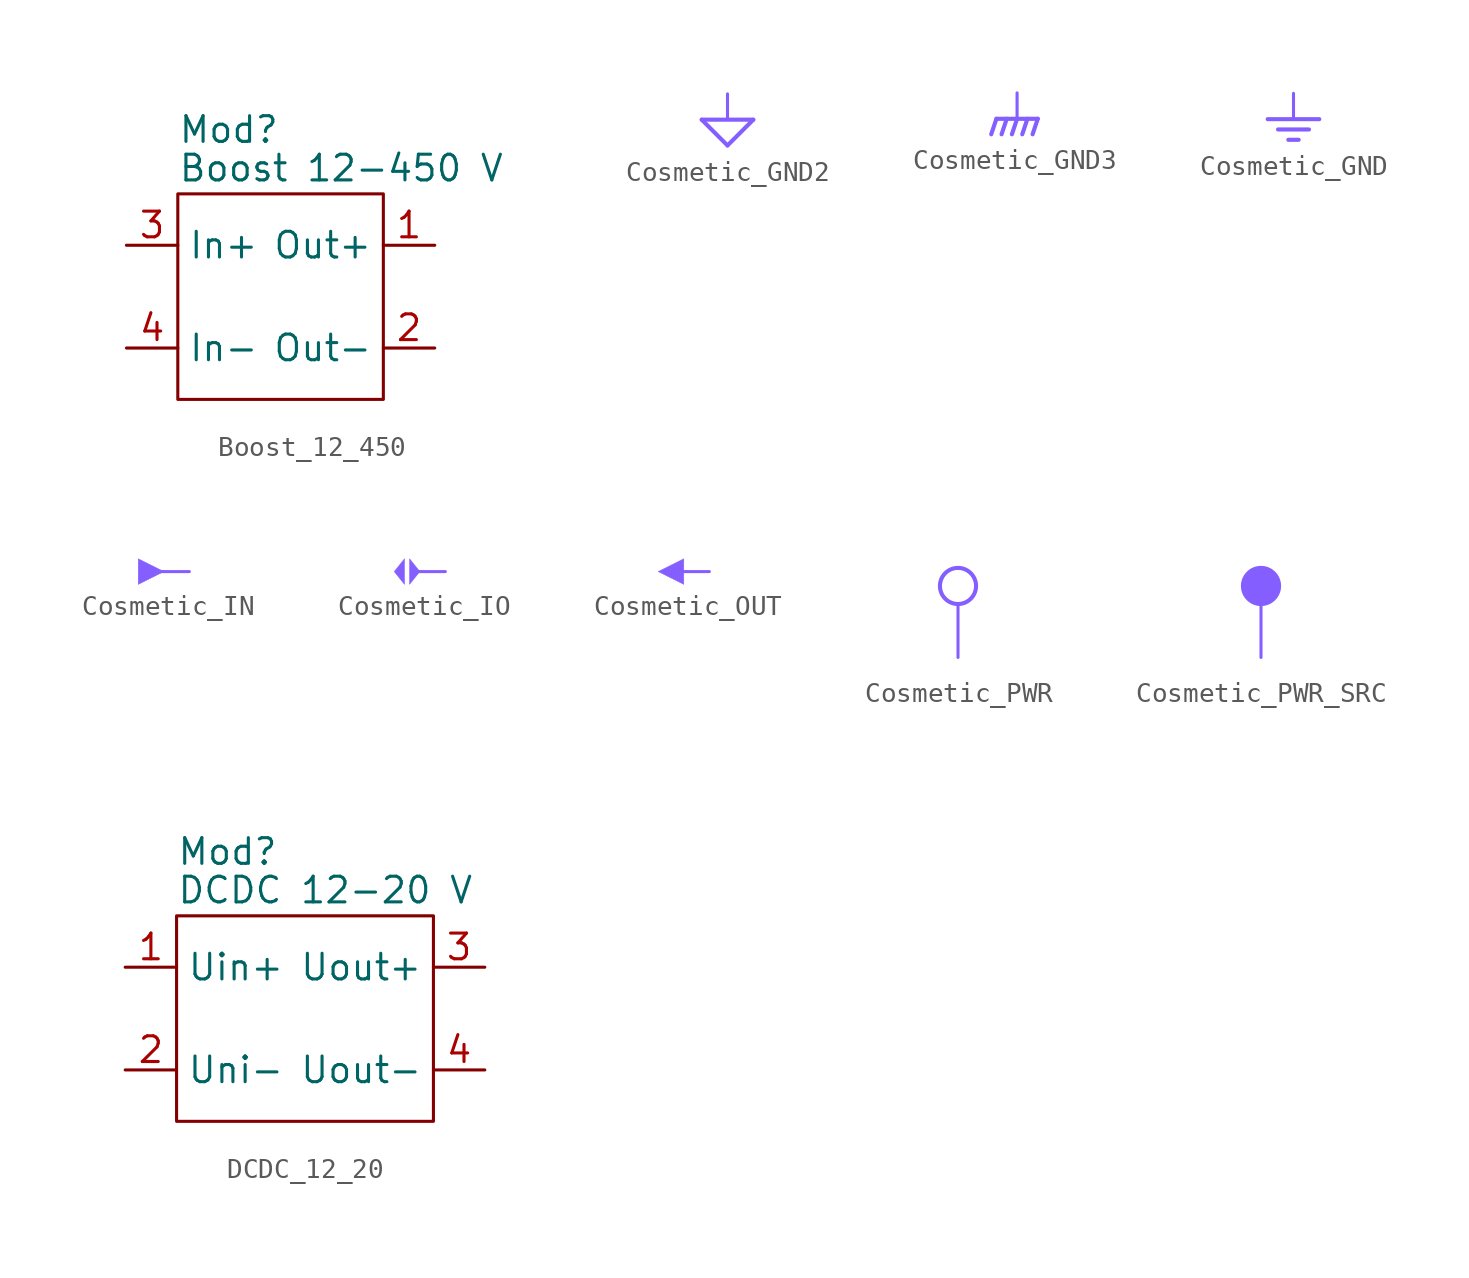
<source format=kicad_sym>
(kicad_symbol_lib
  (version 20241209)
  (generator "kicad_symbol_editor")
  (generator_version "9.0")
  (symbol "Boost_12_450"
    (property "Reference" "Mod"
      (at -5.08 8.255 0)
      (do_not_autoplace)
      (effects (font (size 1.27 1.27)) (justify left)))
    (property "Value" "Boost 12-450 V"
      (at -5.08 6.35 0)
      (do_not_autoplace)
      (effects (font (size 1.27 1.27)) (justify left)))
    (symbol "Boost_12_450_0_1"
      (rectangle (start -5.08 5.08) (end 5.08 -5.08) (stroke (width 0) (type default)) (fill (type none))))
    (symbol "Boost_12_450_1_1"
      (pin passive line (at -7.62 2.54 0) (length 2.54) (name "In+" (effects (font (size 1.27 1.27)))) (number "3" (effects (font (size 1.27 1.27)))))
      (pin passive line (at -7.62 -2.54 0) (length 2.54) (name "In-" (effects (font (size 1.27 1.27)))) (number "4" (effects (font (size 1.27 1.27)))))
      (pin passive line (at 7.62 2.54 180) (length 2.54) (name "Out+" (effects (font (size 1.27 1.27)))) (number "1" (effects (font (size 1.27 1.27)))))
      (pin passive line (at 7.62 -2.54 180) (length 2.54) (name "Out-" (effects (font (size 1.27 1.27)))) (number "2" (effects (font (size 1.27 1.27)))))))
  (symbol "Cosmetic_GND2"
    (pin_numbers
      (hide yes))
    (pin_names
      (hide yes))
    (property "Reference" "P"
      (at 0 1.016 0)
      (effects (font (size 1.27 1.27)) (hide yes)))
    (property "Value" ""
      (at 0 0 0)
      (effects (font (size 1.27 1.27))))
    (symbol "Cosmetic_GND2_1_1"
      (polyline (pts (xy -1.27 -1.27) (xy 0 -2.54)) (stroke (width 0.203) (type solid) (color 132 94 255 1)) (fill (type none)))
      (polyline (pts (xy -1.27 -1.27) (xy 1.27 -1.27)) (stroke (width 0.203) (type solid) (color 132 94 255 1)) (fill (type none)))
      (polyline (pts (xy 0 0) (xy 0 -1.27)) (stroke (width 0) (type solid) (color 132 94 255 1)) (fill (type none)))
      (polyline (pts (xy 0 -2.54) (xy 1.27 -1.27)) (stroke (width 0.203) (type solid) (color 132 94 255 1)) (fill (type none)))
      (pin passive line (at 0 0 270) (length 1.27) (hide yes) (name "1" (effects (font (size 1.27 1.27)))) (number "1" (effects (font (size 1.27 1.27)))))))
  (symbol "Cosmetic_GND3"
    (pin_numbers
      (hide yes))
    (pin_names
      (hide yes))
    (property "Reference" "P"
      (at 0 1.016 0)
      (effects (font (size 1.27 1.27)) (hide yes)))
    (property "Value" ""
      (at 0 0 0)
      (effects (font (size 1.27 1.27))))
    (symbol "Cosmetic_GND3_1_1"
      (polyline (pts (xy -1.016 -1.27) (xy -1.27 -2.032)) (stroke (width 0.203) (type solid) (color 132 94 255 1)) (fill (type none)))
      (polyline (pts (xy -1.016 -1.27) (xy 1.016 -1.27)) (stroke (width 0.203) (type solid) (color 132 94 255 1)) (fill (type none)))
      (polyline (pts (xy -0.508 -1.27) (xy -0.762 -2.032)) (stroke (width 0.203) (type solid) (color 132 94 255 1)) (fill (type none)))
      (polyline (pts (xy 0 0) (xy 0 -1.27)) (stroke (width 0) (type solid) (color 132 94 255 1)) (fill (type none)))
      (polyline (pts (xy 0 -1.27) (xy -0.254 -2.032)) (stroke (width 0.203) (type solid) (color 132 94 255 1)) (fill (type none)))
      (polyline (pts (xy 0.508 -1.27) (xy 0.254 -2.032)) (stroke (width 0.203) (type solid) (color 132 94 255 1)) (fill (type none)))
      (polyline (pts (xy 1.016 -1.27) (xy 0.762 -2.032)) (stroke (width 0.203) (type solid) (color 132 94 255 1)) (fill (type none)))
      (pin passive line (at 0 0 270) (length 1.27) (hide yes) (name "1" (effects (font (size 1.27 1.27)))) (number "1" (effects (font (size 1.27 1.27)))))))
  (symbol "Cosmetic_GND"
    (pin_numbers
      (hide yes))
    (pin_names
      (hide yes))
    (property "Reference" "P"
      (at 0 1.016 0)
      (effects (font (size 1.27 1.27)) (hide yes)))
    (property "Value" ""
      (at 0 0 0)
      (effects (font (size 1.27 1.27))))
    (symbol "Cosmetic_GND_1_1"
      (polyline (pts (xy -1.27 -1.27) (xy 1.27 -1.27)) (stroke (width 0.203) (type solid) (color 132 94 255 1)) (fill (type none)))
      (polyline (pts (xy -0.762 -1.778) (xy 0.762 -1.778)) (stroke (width 0.203) (type solid) (color 132 94 255 1)) (fill (type none)))
      (polyline (pts (xy -0.254 -2.286) (xy 0.254 -2.286)) (stroke (width 0.203) (type solid) (color 132 94 255 1)) (fill (type none)))
      (polyline (pts (xy 0 0) (xy 0 -1.27)) (stroke (width 0) (type solid) (color 132 94 255 1)) (fill (type none)))
      (pin passive line (at 0 0 270) (length 1.27) (hide yes) (name "1" (effects (font (size 1.27 1.27)))) (number "1" (effects (font (size 1.27 1.27)))))))
  (symbol "Cosmetic_IN"
    (pin_numbers
      (hide yes))
    (pin_names
      (offset 0)
      (hide yes))
    (property "Reference" "P"
      (at 0.254 1.27 0)
      (effects (font (size 1.27 1.27)) (hide yes)))
    (property "Value" ""
      (at 0 0 0)
      (effects (font (size 1.27 1.27))))
    (symbol "Cosmetic_IN_1_1"
      (polyline (pts (xy -1.27 0) (xy -2.54 0.635) (xy -2.54 -0.635) (xy -1.27 0)) (stroke (width 0.025) (type solid) (color 132 94 255 1)) (fill (type outline)))
      (polyline (pts (xy 0 0) (xy -1.905 0)) (stroke (width 0) (type solid) (color 132 94 255 1)) (fill (type none)))
      (pin passive line (at 0 0 180) (length 1.27) (hide yes) (name "1" (effects (font (size 1.27 1.27)))) (number "1" (effects (font (size 1.27 1.27)))))))
  (symbol "Cosmetic_IO"
    (pin_numbers
      (hide yes))
    (pin_names
      (hide yes))
    (property "Reference" "P"
      (at 0 1.016 0)
      (effects (font (size 1.27 1.27)) (hide yes)))
    (property "Value" ""
      (at 0 0 0)
      (effects (font (size 1.27 1.27))))
    (symbol "Cosmetic_IO_1_1"
      (polyline (pts (xy -2.54 0) (xy -2.032 -0.635) (xy -2.032 0.635) (xy -2.54 0)) (stroke (width 0.025) (type solid) (color 132 94 255 1)) (fill (type outline)))
      (polyline (pts (xy -1.27 0) (xy -1.778 0.635) (xy -1.778 -0.635) (xy -1.27 0)) (stroke (width 0.025) (type solid) (color 132 94 255 1)) (fill (type outline)))
      (polyline (pts (xy 0 0) (xy -1.524 0)) (stroke (width 0) (type solid) (color 132 94 255 1)) (fill (type none)))
      (pin passive line (at 0 0 180) (length 1.27) (hide yes) (name "1" (effects (font (size 1.27 1.27)))) (number "1" (effects (font (size 1.27 1.27)))))))
  (symbol "Cosmetic_OUT"
    (pin_numbers
      (hide yes))
    (pin_names
      (hide yes))
    (property "Reference" "P"
      (at 0 1.016 0)
      (effects (font (size 1.27 1.27)) (hide yes)))
    (property "Value" ""
      (at 0 0 0)
      (effects (font (size 1.27 1.27))))
    (symbol "Cosmetic_OUT_1_1"
      (polyline (pts (xy -2.54 0) (xy -1.27 -0.635) (xy -1.27 0.635) (xy -2.54 0)) (stroke (width 0.025) (type solid) (color 132 94 255 1)) (fill (type outline)))
      (polyline (pts (xy 0 0) (xy -1.27 0)) (stroke (width 0) (type solid) (color 132 94 255 1)) (fill (type none)))
      (pin passive line (at 0 0 180) (length 1.27) (hide yes) (name "1" (effects (font (size 1.27 1.27)))) (number "1" (effects (font (size 1.27 1.27)))))))
  (symbol "Cosmetic_PWR"
    (pin_numbers
      (hide yes))
    (pin_names
      (hide yes))
    (property "Reference" "P"
      (at 0 5.334 0)
      (do_not_autoplace)
      (effects (font (size 1.27 1.27)) (hide yes)))
    (property "Value" ""
      (at 0 0 0)
      (effects (font (size 1.27 1.27))))
    (symbol "Cosmetic_PWR_1_1"
      (circle (center 0 3.556) (radius 0.898) (stroke (width 0.203) (type solid) (color 132 94 255 1)) (fill (type none)))
      (polyline (pts (xy 0 0) (xy 0 2.54)) (stroke (width 0) (type solid) (color 132 94 255 1)) (fill (type none)))
      (pin passive line (at 0 0 90) (length 2.54) (hide yes) (name "1" (effects (font (size 1.27 1.27)))) (number "1" (effects (font (size 1.27 1.27)))))))
  (symbol "Cosmetic_PWR_SRC"
    (pin_numbers
      (hide yes))
    (pin_names
      (hide yes))
    (property "Reference" "P"
      (at 0 5.334 0)
      (do_not_autoplace)
      (effects (font (size 1.27 1.27)) (hide yes)))
    (property "Value" ""
      (at 0 0 0)
      (effects (font (size 1.27 1.27))))
    (symbol "Cosmetic_PWR_SRC_1_1"
      (circle (center 0 3.556) (radius 0.898) (stroke (width 0.203) (type solid) (color 132 94 255 1)) (fill (type outline)))
      (polyline (pts (xy 0 0) (xy 0 2.54)) (stroke (width 0) (type solid) (color 132 94 255 1)) (fill (type none)))
      (pin passive line (at 0 0 90) (length 2.54) (hide yes) (name "1" (effects (font (size 1.27 1.27)))) (number "1" (effects (font (size 1.27 1.27)))))))
  (symbol "DCDC_12_20"
    (property "Reference" "Mod"
      (at -6.35 8.255 0)
      (do_not_autoplace)
      (effects (font (size 1.27 1.27)) (justify left)))
    (property "Value" "DCDC 12-20 V"
      (at -6.35 6.35 0)
      (do_not_autoplace)
      (effects (font (size 1.27 1.27)) (justify left)))
    (symbol "DCDC_12_20_0_1"
      (rectangle (start -6.35 5.08) (end 6.35 -5.08) (stroke (width 0) (type default)) (fill (type none))))
    (symbol "DCDC_12_20_1_1"
      (pin passive line (at -8.89 2.54 0) (length 2.54) (name "Uin+" (effects (font (size 1.27 1.27)))) (number "1" (effects (font (size 1.27 1.27)))))
      (pin passive line (at -8.89 -2.54 0) (length 2.54) (name "Uni-" (effects (font (size 1.27 1.27)))) (number "2" (effects (font (size 1.27 1.27)))))
      (pin passive line (at 8.89 2.54 180) (length 2.54) (name "Uout+" (effects (font (size 1.27 1.27)))) (number "3" (effects (font (size 1.27 1.27)))))
      (pin passive line (at 8.89 -2.54 180) (length 2.54) (name "Uout-" (effects (font (size 1.27 1.27)))) (number "4" (effects (font (size 1.27 1.27))))))))
</source>
